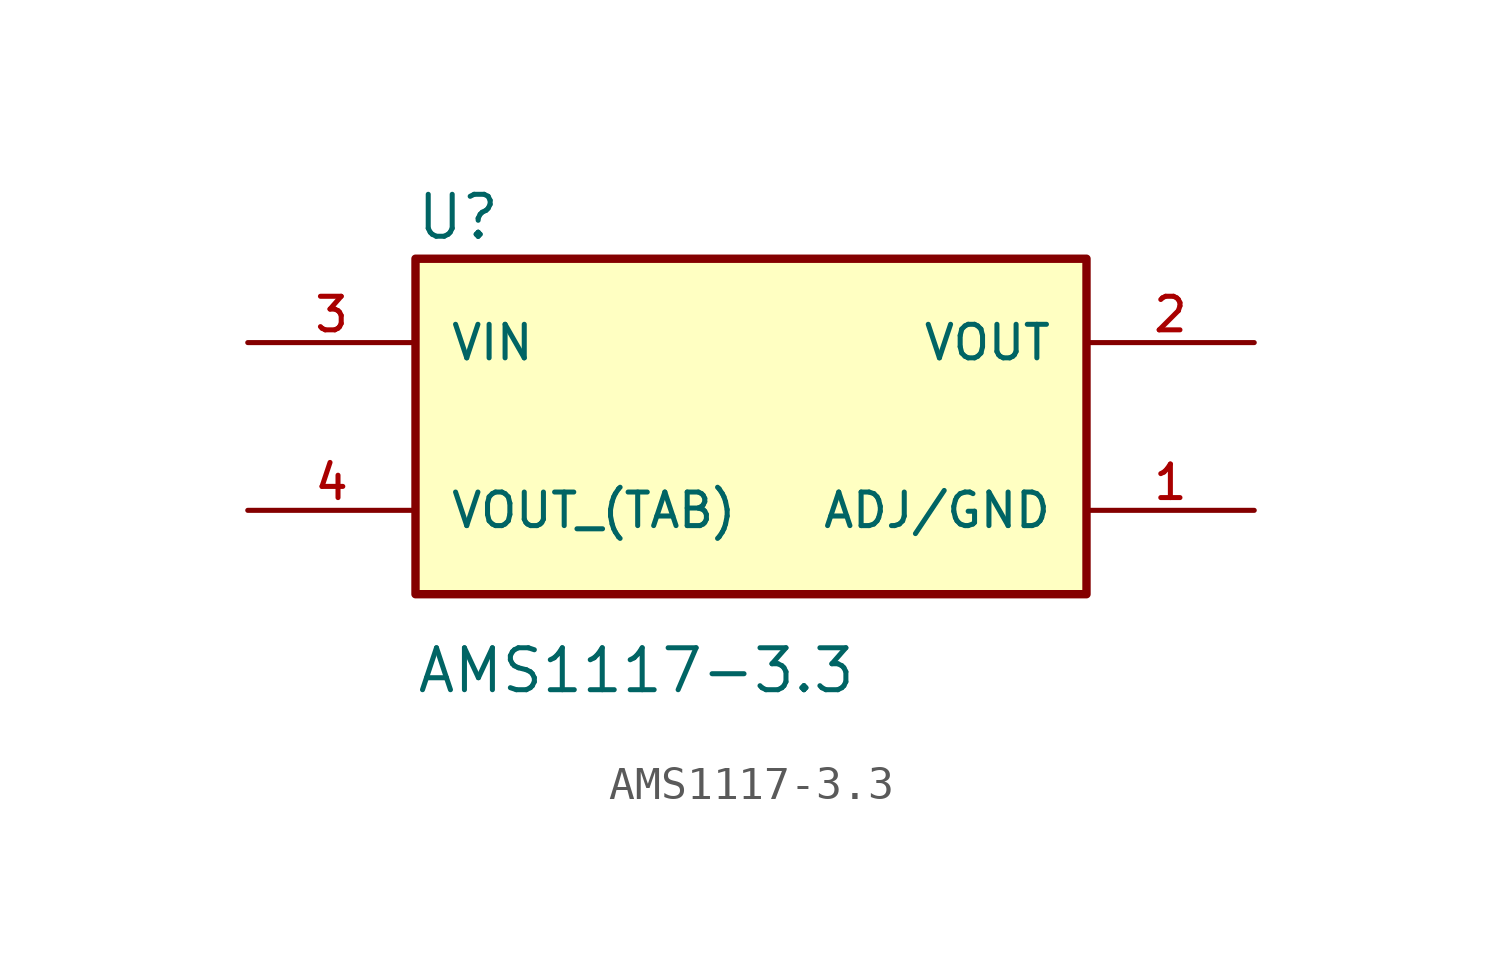
<source format=kicad_sym>
(kicad_symbol_lib
  (version 20231120)
  (generator "kicad_symbol_editor")
  (generator_version "8.0")
  (symbol "AMS1117-3.3"
    (pin_names
      (offset 1.016))
    (property "Reference" "U"
      (at -10.177 5.597 0)
      (effects (font (size 1.27 1.27)) (justify left bottom)))
    (property "Value" "AMS1117-3.3"
      (at -10.169 -8.135 0)
      (effects (font (size 1.27 1.27)) (justify left bottom)))
    (symbol "AMS1117-3.3_0_0"
      (rectangle (start -10.16 5.08) (end 10.16 -5.08) (stroke (width 0.254) (type default)) (fill (type background)))
      (pin power_in line (at 15.24 -2.54 180) (length 5.08) (name "ADJ/GND" (effects (font (size 1.016 1.016)))) (number "1" (effects (font (size 1.016 1.016)))))
      (pin output line (at 15.24 2.54 180) (length 5.08) (name "VOUT" (effects (font (size 1.016 1.016)))) (number "2" (effects (font (size 1.016 1.016)))))
      (pin input line (at -15.24 2.54 0) (length 5.08) (name "VIN" (effects (font (size 1.016 1.016)))) (number "3" (effects (font (size 1.016 1.016))))))
    (symbol "AMS1117-3.3_1_0"
      (pin output line (at -15.24 -2.54 0) (length 5.08) (name "VOUT_(TAB)" (effects (font (size 1.016 1.016)))) (number "4" (effects (font (size 1.016 1.016))))))))
</source>
